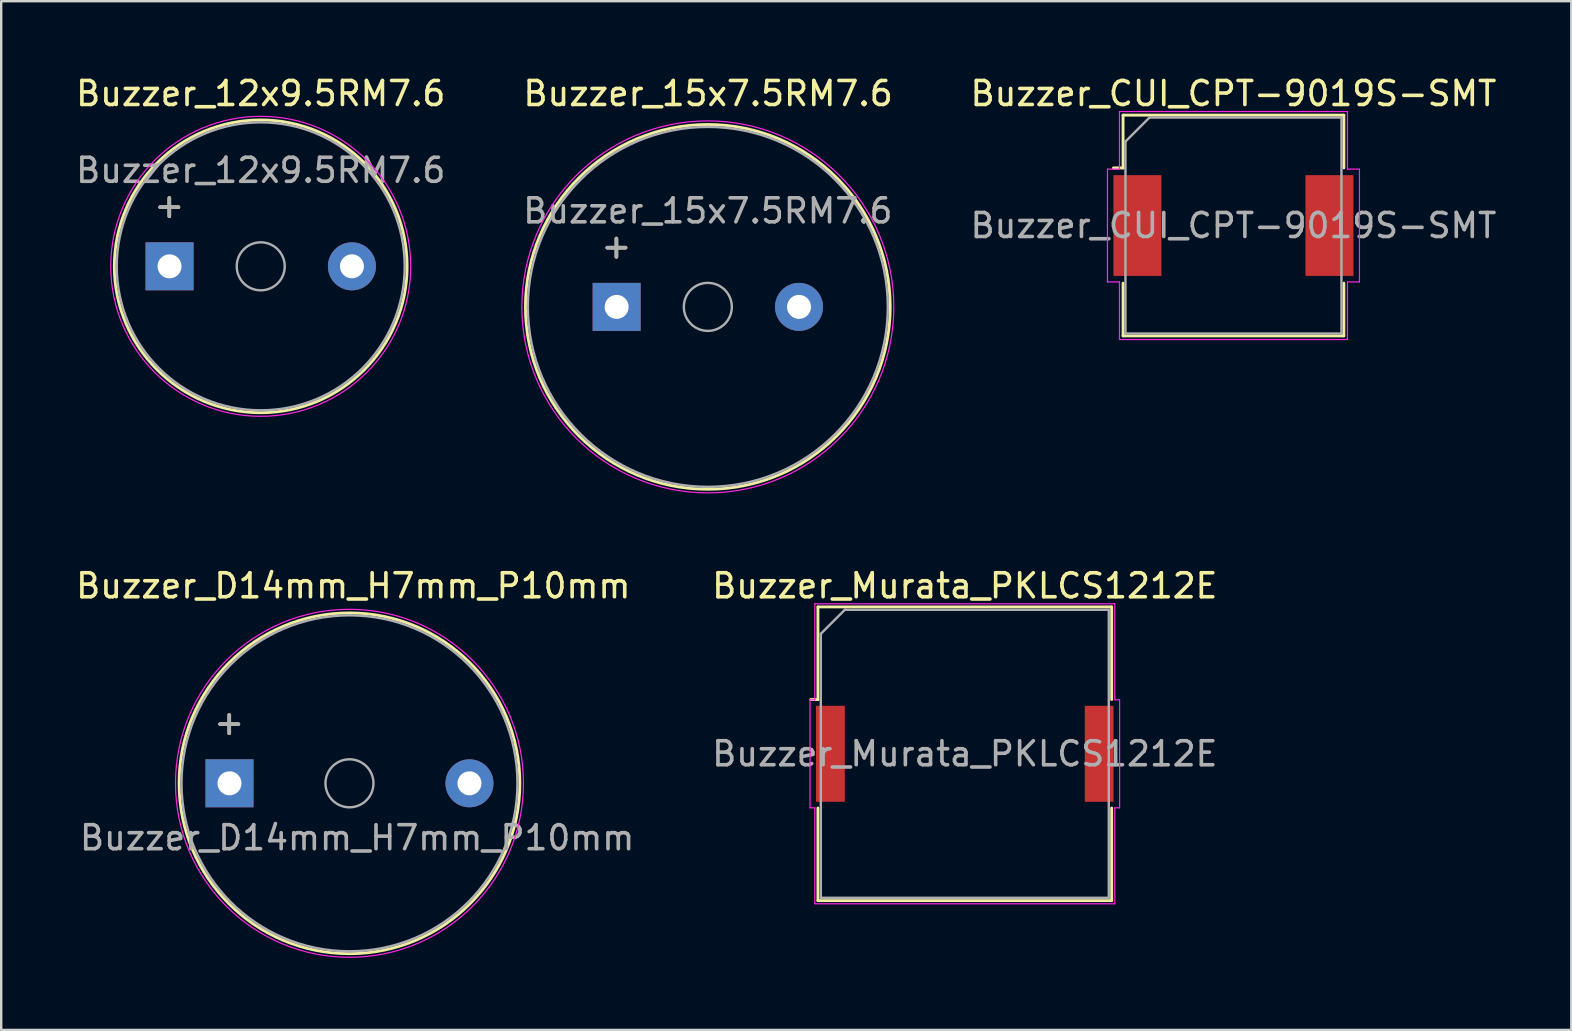
<source format=kicad_pcb>
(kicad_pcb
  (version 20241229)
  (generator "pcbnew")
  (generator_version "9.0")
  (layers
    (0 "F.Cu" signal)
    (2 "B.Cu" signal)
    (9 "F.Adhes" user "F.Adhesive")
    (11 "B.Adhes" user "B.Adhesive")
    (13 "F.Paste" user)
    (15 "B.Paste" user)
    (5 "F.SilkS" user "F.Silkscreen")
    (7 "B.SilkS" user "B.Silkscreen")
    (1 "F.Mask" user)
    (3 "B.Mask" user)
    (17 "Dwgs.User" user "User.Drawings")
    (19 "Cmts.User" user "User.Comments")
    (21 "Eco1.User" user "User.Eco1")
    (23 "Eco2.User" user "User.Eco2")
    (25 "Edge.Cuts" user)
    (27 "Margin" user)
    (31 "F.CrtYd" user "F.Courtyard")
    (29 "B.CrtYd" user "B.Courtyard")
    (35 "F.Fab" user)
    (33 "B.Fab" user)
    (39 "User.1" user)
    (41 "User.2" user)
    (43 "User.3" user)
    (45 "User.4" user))
  (footprint "Buzzer_Murata_PKLCS1212E"
    (layer "F.Cu")
    (at 37.154 28.361)
    (property "Reference" "Buzzer_Murata_PKLCS1212E" (at 0 -7 0) (layer "F.SilkS") (effects (font (size 1 1) (thickness 0.15))))
    (attr smd)
    (fp_line (start -6.12 -6.12) (end 6.12 -6.12) (stroke (width 0.12) (type solid)) (layer "F.SilkS"))
    (fp_line (start -6.12 -2.26) (end -6.42 -2.26) (stroke (width 0.12) (type solid)) (layer "F.SilkS"))
    (fp_line (start -6.12 -2.26) (end -6.12 -6.12) (stroke (width 0.12) (type solid)) (layer "F.SilkS"))
    (fp_line (start -6.12 6.12) (end -6.12 2.26) (stroke (width 0.12) (type solid)) (layer "F.SilkS"))
    (fp_line (start 6.12 -6.12) (end 6.12 -2.26) (stroke (width 0.12) (type solid)) (layer "F.SilkS"))
    (fp_line (start 6.12 2.26) (end 6.12 6.12) (stroke (width 0.12) (type solid)) (layer "F.SilkS"))
    (fp_line (start 6.12 6.12) (end -6.12 6.12) (stroke (width 0.12) (type solid)) (layer "F.SilkS"))
    (fp_line (start -6.45 2.25) (end -6.45 -2.25) (stroke (width 0.05) (type solid)) (layer "F.CrtYd"))
    (fp_line (start -6.25 -6.25) (end 6.25 -6.25) (stroke (width 0.05) (type solid)) (layer "F.CrtYd"))
    (fp_line (start -6.25 -2.25) (end -6.45 -2.25) (stroke (width 0.05) (type solid)) (layer "F.CrtYd"))
    (fp_line (start -6.25 -2.25) (end -6.25 -6.25) (stroke (width 0.05) (type solid)) (layer "F.CrtYd"))
    (fp_line (start -6.25 2.25) (end -6.45 2.25) (stroke (width 0.05) (type solid)) (layer "F.CrtYd"))
    (fp_line (start -6.25 6.25) (end -6.25 2.25) (stroke (width 0.05) (type solid)) (layer "F.CrtYd"))
    (fp_line (start 6.25 -2.25) (end 6.25 -6.25) (stroke (width 0.05) (type solid)) (layer "F.CrtYd"))
    (fp_line (start 6.25 -2.25) (end 6.45 -2.25) (stroke (width 0.05) (type solid)) (layer "F.CrtYd"))
    (fp_line (start 6.25 2.25) (end 6.45 2.25) (stroke (width 0.05) (type solid)) (layer "F.CrtYd"))
    (fp_line (start 6.25 6.25) (end -6.25 6.25) (stroke (width 0.05) (type solid)) (layer "F.CrtYd"))
    (fp_line (start 6.25 6.25) (end 6.25 2.25) (stroke (width 0.05) (type solid)) (layer "F.CrtYd"))
    (fp_line (start 6.45 2.25) (end 6.45 -2.25) (stroke (width 0.05) (type solid)) (layer "F.CrtYd"))
    (fp_line (start -6 -5) (end -5 -6) (stroke (width 0.1) (type solid)) (layer "F.Fab"))
    (fp_line (start -6 6) (end -6 -5) (stroke (width 0.1) (type solid)) (layer "F.Fab"))
    (fp_line (start -5 -6) (end 6 -6) (stroke (width 0.1) (type solid)) (layer "F.Fab"))
    (fp_line (start 6 -6) (end 6 6) (stroke (width 0.1) (type solid)) (layer "F.Fab"))
    (fp_line (start 6 6) (end -6 6) (stroke (width 0.1) (type solid)) (layer "F.Fab"))
    (fp_text user "${REFERENCE}" (at 0 0 0) (layer "F.Fab") (effects (font (size 1 1) (thickness 0.15))))
    (pad "1" smd rect (at -5.6 0) (size 1.2 4) (layers "F.Cu" "F.Mask" "F.Paste"))
    (pad "2" smd rect (at 5.6 0) (size 1.2 4) (layers "F.Cu" "F.Mask" "F.Paste")))
  (footprint "Buzzer_12x9.5RM7.6"
    (layer "F.Cu")
    (at 4.015 8.048)
    (property "Reference" "Buzzer_12x9.5RM7.6" (at 3.8 -7.2 0) (layer "F.SilkS") (effects (font (size 1 1) (thickness 0.15))))
    (attr through_hole)
    (fp_circle (center 3.8 0) (end 9.9 0) (stroke (width 0.12) (type solid)) (fill no) (layer "F.SilkS"))
    (fp_circle (center 3.8 0) (end 10.05 0) (stroke (width 0.05) (type solid)) (fill no) (layer "F.CrtYd"))
    (fp_circle (center 3.8 0) (end 4.8 0) (stroke (width 0.1) (type solid)) (fill no) (layer "F.Fab"))
    (fp_circle (center 3.8 0) (end 9.8 0) (stroke (width 0.1) (type solid)) (fill no) (layer "F.Fab"))
    (fp_text user "+" (at -0.01 -2.54 0) (layer "F.SilkS") (effects (font (size 1 1) (thickness 0.15))))
    (fp_text user "+" (at -0.01 -2.54 0) (layer "F.Fab") (effects (font (size 1 1) (thickness 0.15))))
    (fp_text user "${REFERENCE}" (at 3.8 -4 0) (layer "F.Fab") (effects (font (size 1 1) (thickness 0.15))))
    (pad "1" thru_hole rect (at 0 0) (size 2 2) (drill 1) (layers "*.Cu" "*.Mask"))
    (pad "2" thru_hole circle (at 7.6 0) (size 2 2) (drill 1) (layers "*.Cu" "*.Mask")))
  (footprint "Buzzer_CUI_CPT-9019S-SMT"
    (layer "F.Cu")
    (at 48.349 6.348)
    (property "Reference" "Buzzer_CUI_CPT-9019S-SMT" (at 0 -5.5 0) (layer "F.SilkS") (effects (font (size 1 1) (thickness 0.15))))
    (attr smd)
    (fp_line (start -4.6 -4.6) (end -4.6 -2.4) (stroke (width 0.12) (type solid)) (layer "F.SilkS"))
    (fp_line (start -4.6 -4.6) (end 4.6 -4.6) (stroke (width 0.12) (type solid)) (layer "F.SilkS"))
    (fp_line (start -4.6 -2.4) (end -5 -2.4) (stroke (width 0.12) (type solid)) (layer "F.SilkS"))
    (fp_line (start -4.6 2.4) (end -4.6 4.6) (stroke (width 0.12) (type solid)) (layer "F.SilkS"))
    (fp_line (start 4.6 -4.6) (end 4.6 -2.4) (stroke (width 0.12) (type solid)) (layer "F.SilkS"))
    (fp_line (start 4.6 2.4) (end 4.6 4.6) (stroke (width 0.12) (type solid)) (layer "F.SilkS"))
    (fp_line (start 4.6 4.6) (end -4.6 4.6) (stroke (width 0.12) (type solid)) (layer "F.SilkS"))
    (fp_line (start -5.25 -2.35) (end -4.75 -2.35) (stroke (width 0.05) (type solid)) (layer "F.CrtYd"))
    (fp_line (start -5.25 2.35) (end -5.25 -2.35) (stroke (width 0.05) (type solid)) (layer "F.CrtYd"))
    (fp_line (start -4.75 -4.75) (end 4.75 -4.75) (stroke (width 0.05) (type solid)) (layer "F.CrtYd"))
    (fp_line (start -4.75 -2.35) (end -4.75 -4.75) (stroke (width 0.05) (type solid)) (layer "F.CrtYd"))
    (fp_line (start -4.75 2.35) (end -5.25 2.35) (stroke (width 0.05) (type solid)) (layer "F.CrtYd"))
    (fp_line (start -4.75 4.75) (end -4.75 2.35) (stroke (width 0.05) (type solid)) (layer "F.CrtYd"))
    (fp_line (start 4.75 -4.75) (end 4.75 -2.35) (stroke (width 0.05) (type solid)) (layer "F.CrtYd"))
    (fp_line (start 4.75 -2.35) (end 5.25 -2.35) (stroke (width 0.05) (type solid)) (layer "F.CrtYd"))
    (fp_line (start 4.75 2.35) (end 4.75 4.75) (stroke (width 0.05) (type solid)) (layer "F.CrtYd"))
    (fp_line (start 4.75 4.75) (end -4.75 4.75) (stroke (width 0.05) (type solid)) (layer "F.CrtYd"))
    (fp_line (start 5.25 -2.35) (end 5.25 2.35) (stroke (width 0.05) (type solid)) (layer "F.CrtYd"))
    (fp_line (start 5.25 2.35) (end 4.75 2.35) (stroke (width 0.05) (type solid)) (layer "F.CrtYd"))
    (fp_line (start -4.5 -3.5) (end -4.5 4.5) (stroke (width 0.1) (type solid)) (layer "F.Fab"))
    (fp_line (start -4.5 4.5) (end 4.5 4.5) (stroke (width 0.1) (type solid)) (layer "F.Fab"))
    (fp_line (start -3.5 -4.5) (end -4.5 -3.5) (stroke (width 0.1) (type solid)) (layer "F.Fab"))
    (fp_line (start 4.5 -4.5) (end -3.5 -4.5) (stroke (width 0.1) (type solid)) (layer "F.Fab"))
    (fp_line (start 4.5 4.5) (end 4.5 -4.5) (stroke (width 0.1) (type solid)) (layer "F.Fab"))
    (fp_text user "${REFERENCE}" (at 0 0 0) (layer "F.Fab") (effects (font (size 1 1) (thickness 0.15))))
    (pad "1" smd rect (at -4 0) (size 2 4.2) (layers "F.Cu" "F.Mask" "F.Paste"))
    (pad "2" smd rect (at 4 0) (size 2 4.2) (layers "F.Cu" "F.Mask" "F.Paste")))
  (footprint "Buzzer_D14mm_H7mm_P10mm"
    (layer "F.Cu")
    (at 6.513 29.591)
    (property "Reference" "Buzzer_D14mm_H7mm_P10mm" (at 5.16 -8.23 0) (layer "F.SilkS") (effects (font (size 1 1) (thickness 0.15))))
    (attr through_hole)
    (fp_circle (center 5 0) (end 12.1 0) (stroke (width 0.12) (type solid)) (fill no) (layer "F.SilkS"))
    (fp_circle (center 5 0) (end 12.25 0) (stroke (width 0.05) (type solid)) (fill no) (layer "F.CrtYd"))
    (fp_circle (center 5 0) (end 6 0) (stroke (width 0.1) (type solid)) (fill no) (layer "F.Fab"))
    (fp_circle (center 5 0) (end 12 0) (stroke (width 0.1) (type solid)) (fill no) (layer "F.Fab"))
    (fp_text user "+" (at -0.01 -2.54 0) (layer "F.SilkS") (effects (font (size 1 1) (thickness 0.15))))
    (fp_text user "+" (at -0.01 -2.54 0) (layer "F.Fab") (effects (font (size 1 1) (thickness 0.15))))
    (fp_text user "${REFERENCE}" (at 5.32 2.27 0) (layer "F.Fab") (effects (font (size 1 1) (thickness 0.15))))
    (pad "1" thru_hole rect (at 0 0) (size 2 2) (drill 1) (layers "*.Cu" "*.Mask"))
    (pad "2" thru_hole circle (at 10 0) (size 2 2) (drill 1) (layers "*.Cu" "*.Mask")))
  (footprint "Buzzer_15x7.5RM7.6"
    (layer "F.Cu")
    (at 22.646 9.738)
    (property "Reference" "Buzzer_15x7.5RM7.6" (at 3.81 -8.89 0) (layer "F.SilkS") (effects (font (size 1 1) (thickness 0.15))))
    (attr through_hole)
    (fp_circle (center 3.8 0) (end 11.4 0) (stroke (width 0.12) (type solid)) (fill no) (layer "F.SilkS"))
    (fp_circle (center 3.8 0) (end 11.55 0) (stroke (width 0.05) (type solid)) (fill no) (layer "F.CrtYd"))
    (fp_circle (center 3.8 0) (end 4.8 0) (stroke (width 0.1) (type solid)) (fill no) (layer "F.Fab"))
    (fp_circle (center 3.8 0) (end 11.3 0) (stroke (width 0.1) (type solid)) (fill no) (layer "F.Fab"))
    (fp_text user "+" (at -0.01 -2.54 0) (layer "F.SilkS") (effects (font (size 1 1) (thickness 0.15))))
    (fp_text user "+" (at -0.01 -2.54 0) (layer "F.Fab") (effects (font (size 1 1) (thickness 0.15))))
    (fp_text user "${REFERENCE}" (at 3.8 -4 0) (layer "F.Fab") (effects (font (size 1 1) (thickness 0.15))))
    (pad "1" thru_hole rect (at 0 0) (size 2 2) (drill 1) (layers "*.Cu" "*.Mask"))
    (pad "2" thru_hole circle (at 7.6 0) (size 2 2) (drill 1) (layers "*.Cu" "*.Mask")))
  (gr_rect
    (start -3 -3)
    (end 62.427 39.867)
    (stroke (width 0.1) (type default))
    (fill no)
    (layer "Edge.Cuts")))
</source>
